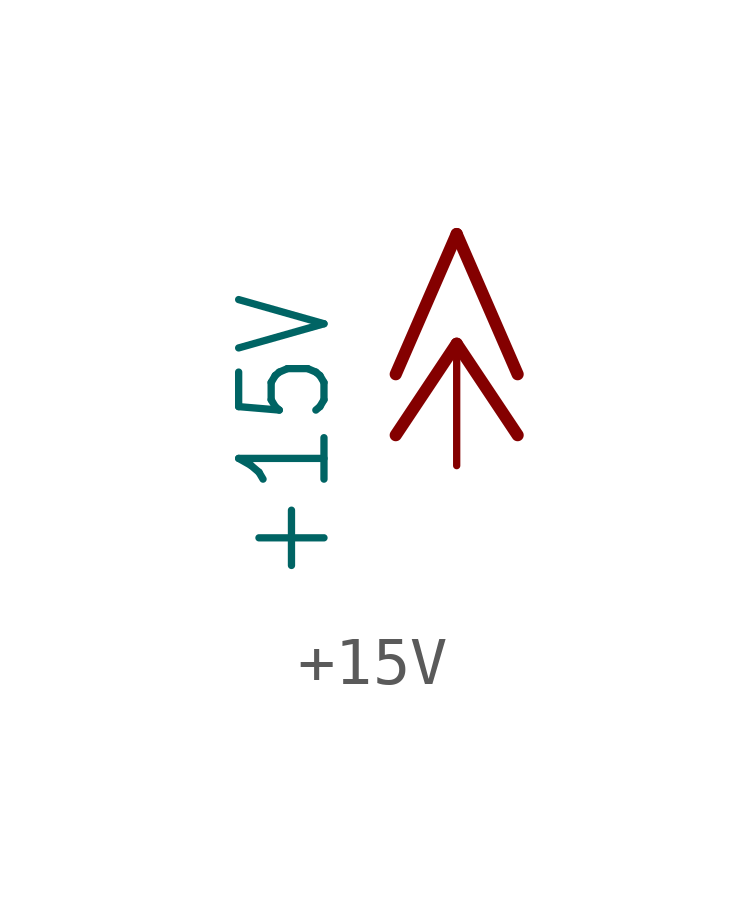
<source format=kicad_sym>
(kicad_symbol_lib
  (version 20211014)
  (generator kicad_symbol_editor)
  (symbol "+15V"
    (power)
    (property "Reference" "#P+"
      (at 0 0 0)
      (effects (font (size 1.27 1.27)) hide))
    (property "Value" "+15V"
      (at -2.54 -5.08 90)
      (effects (font (size 1.778 1.511)) (justify left bottom)))
    (property "ki_locked" ""
      (at 0 0 0)
      (effects (font (size 1.27 1.27))))
    (symbol "+15V_1_0"
      (polyline (pts (xy 0 0) (xy -1.27 -1.905)) (stroke (width 0.254) (type default) (color 0 0 0 0)) (fill (type none)))
      (polyline (pts (xy 0 2.286) (xy -1.27 -0.635)) (stroke (width 0.254) (type default) (color 0 0 0 0)) (fill (type none)))
      (polyline (pts (xy 1.27 -1.905) (xy 0 0)) (stroke (width 0.254) (type default) (color 0 0 0 0)) (fill (type none)))
      (polyline (pts (xy 1.27 -0.635) (xy 0 2.286)) (stroke (width 0.254) (type default) (color 0 0 0 0)) (fill (type none)))
      (pin power_in line (at 0 -2.54 90) (length 2.54) (name "+15V" (effects (font (size 0 0)))) (number "1" (effects (font (size 0 0))))))))
</source>
